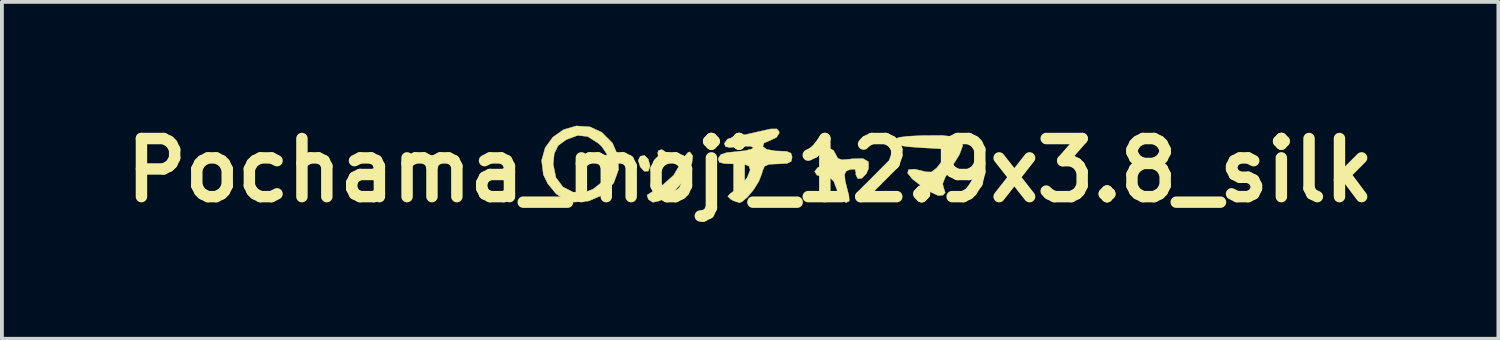
<source format=kicad_pcb>
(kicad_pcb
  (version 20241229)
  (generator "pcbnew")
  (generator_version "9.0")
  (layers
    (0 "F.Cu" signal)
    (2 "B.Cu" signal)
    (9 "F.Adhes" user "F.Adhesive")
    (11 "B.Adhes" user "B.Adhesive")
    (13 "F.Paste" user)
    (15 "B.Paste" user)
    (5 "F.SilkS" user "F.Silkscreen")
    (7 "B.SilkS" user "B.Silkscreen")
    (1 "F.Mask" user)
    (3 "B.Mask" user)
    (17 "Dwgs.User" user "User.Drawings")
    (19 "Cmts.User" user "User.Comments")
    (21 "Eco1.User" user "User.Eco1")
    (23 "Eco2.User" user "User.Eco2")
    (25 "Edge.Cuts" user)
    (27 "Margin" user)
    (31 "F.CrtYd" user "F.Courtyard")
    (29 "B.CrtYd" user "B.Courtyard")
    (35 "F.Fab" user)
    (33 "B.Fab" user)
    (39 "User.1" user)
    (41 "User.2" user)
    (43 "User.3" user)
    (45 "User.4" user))
  (footprint "Pochama_moji_12.9x3.8_silk"
    (layer "F.Cu")
    (at 16.626 1.418)
    (property "Reference" "Pochama_moji_12.9x3.8_silk" (at 0 0 0) (layer "F.SilkS") (effects (font (size 1.524 1.524) (thickness 0.3))))
    (attr through_hole)
    (fp_poly (pts (xy -2.673 -0.295) (xy -2.626 -0.118) (xy -2.626 -0.111) (xy -2.672 0.02) (xy -2.778 0.023) (xy -2.882 -0.091) (xy -2.936 -0.264) (xy -2.883 -0.368) (xy -2.773 -0.393) (xy -2.673 -0.295)) (stroke (width 0.01) (type solid)) (fill yes) (layer "F.SilkS"))
    (fp_poly (pts (xy -2.204 -0.471) (xy -2.126 -0.343) (xy -2.117 -0.286) (xy -2.171 -0.185) (xy -2.287 -0.184) (xy -2.392 -0.278) (xy -2.404 -0.304) (xy -2.423 -0.465) (xy -2.406 -0.52) (xy -2.317 -0.546) (xy -2.204 -0.471)) (stroke (width 0.01) (type solid)) (fill yes) (layer "F.SilkS"))
    (fp_poly (pts (xy -1.507 -0.381) (xy -1.526 -0.191) (xy -1.621 0.05) (xy -1.774 0.302) (xy -1.968 0.527) (xy -2.106 0.64) (xy -2.375 0.799) (xy -2.552 0.839) (xy -2.663 0.767) (xy -2.67 0.756) (xy -2.704 0.658) (xy -2.697 0.644) (xy -2.613 0.591) (xy -2.435 0.482) (xy -2.339 0.424) (xy -2.006 0.127) (xy -1.846 -0.146) (xy -1.731 -0.355) (xy -1.624 -0.473) (xy -1.581 -0.483) (xy -1.507 -0.381)) (stroke (width 0.01) (type solid)) (fill yes) (layer "F.SilkS"))
    (fp_poly (pts (xy 5.358 -0.88) (xy 5.533 -0.793) (xy 5.575 -0.644) (xy 5.492 -0.418) (xy 5.298 -0.105) (xy 5.286 -0.088) (xy 5.117 0.181) (xy 5.05 0.353) (xy 5.075 0.459) (xy 5.076 0.46) (xy 5.117 0.584) (xy 5.06 0.651) (xy 4.933 0.662) (xy 4.712 0.56) (xy 4.53 0.443) (xy 4.257 0.23) (xy 4.131 0.073) (xy 4.152 -0.018) (xy 4.315 -0.032) (xy 4.618 0.04) (xy 4.754 0.043) (xy 4.892 -0.062) (xy 5.022 -0.227) (xy 5.252 -0.55) (xy 4.51 -0.593) (xy 4.139 -0.62) (xy 3.91 -0.655) (xy 3.796 -0.703) (xy 3.768 -0.762) (xy 3.8 -0.824) (xy 3.914 -0.866) (xy 4.138 -0.894) (xy 4.501 -0.912) (xy 4.559 -0.913) (xy 5.037 -0.916) (xy 5.358 -0.88)) (stroke (width 0.01) (type solid)) (fill yes) (layer "F.SilkS"))
    (fp_poly (pts (xy -4.204 -1.141) (xy -3.895 -0.999) (xy -3.612 -0.718) (xy -3.465 -0.377) (xy -3.453 -0.015) (xy -3.578 0.33) (xy -3.838 0.619) (xy -3.886 0.653) (xy -4.24 0.806) (xy -4.622 0.833) (xy -4.826 0.787) (xy -5.084 0.621) (xy -5.308 0.351) (xy -5.423 0.115) (xy -5.457 -0.157) (xy -5.165 -0.157) (xy -5.096 0.187) (xy -4.911 0.437) (xy -4.645 0.572) (xy -4.33 0.573) (xy -4.122 0.494) (xy -3.867 0.295) (xy -3.746 0.022) (xy -3.728 -0.183) (xy -3.762 -0.434) (xy -3.896 -0.631) (xy -3.986 -0.712) (xy -4.261 -0.888) (xy -4.523 -0.916) (xy -4.82 -0.807) (xy -5.034 -0.653) (xy -5.139 -0.442) (xy -5.165 -0.157) (xy -5.457 -0.157) (xy -5.47 -0.257) (xy -5.377 -0.592) (xy -5.175 -0.87) (xy -4.893 -1.068) (xy -4.559 -1.165) (xy -4.204 -1.141)) (stroke (width 0.01) (type solid)) (fill yes) (layer "F.SilkS"))
    (fp_poly (pts (xy 2.187 -0.522) (xy 2.245 -0.419) (xy 2.3 -0.314) (xy 2.409 -0.277) (xy 2.623 -0.294) (xy 2.673 -0.302) (xy 2.96 -0.309) (xy 3.104 -0.225) (xy 3.106 -0.049) (xy 3.049 0.083) (xy 2.934 0.207) (xy 2.822 0.216) (xy 2.771 0.113) (xy 2.775 0.062) (xy 2.75 -0.031) (xy 2.618 -0.023) (xy 2.518 0.021) (xy 2.477 0.111) (xy 2.493 0.28) (xy 2.565 0.566) (xy 2.59 0.656) (xy 2.601 0.806) (xy 2.511 0.847) (xy 2.394 0.767) (xy 2.289 0.549) (xy 2.276 0.508) (xy 2.194 0.289) (xy 2.093 0.191) (xy 1.934 0.169) (xy 1.751 0.126) (xy 1.693 0.029) (xy 1.772 -0.073) (xy 1.866 -0.11) (xy 1.987 -0.179) (xy 1.995 -0.326) (xy 1.984 -0.374) (xy 1.968 -0.54) (xy 2.045 -0.592) (xy 2.059 -0.593) (xy 2.187 -0.522)) (stroke (width 0.01) (type solid)) (fill yes) (layer "F.SilkS"))
    (fp_poly (pts (xy 0.757 -1.025) (xy 0.762 -0.975) (xy 0.69 -0.863) (xy 0.55 -0.797) (xy 0.365 -0.717) (xy 0.332 -0.626) (xy 0.436 -0.549) (xy 0.663 -0.509) (xy 0.72 -0.508) (xy 0.958 -0.497) (xy 1.07 -0.451) (xy 1.101 -0.351) (xy 1.101 -0.339) (xy 1.075 -0.232) (xy 0.969 -0.182) (xy 0.739 -0.169) (xy 0.73 -0.169) (xy 0.496 -0.159) (xy 0.378 -0.106) (xy 0.323 0.018) (xy 0.311 0.073) (xy 0.231 0.282) (xy 0.088 0.512) (xy -0.079 0.712) (xy -0.23 0.831) (xy -0.283 0.845) (xy -0.434 0.8) (xy -0.508 0.759) (xy -0.587 0.681) (xy -0.52 0.607) (xy -0.486 0.586) (xy -0.255 0.407) (xy -0.079 0.193) (xy -0.001 -0.001) (xy 0 -0.016) (xy -0.028 -0.108) (xy -0.137 -0.155) (xy -0.367 -0.169) (xy -0.43 -0.169) (xy -0.684 -0.178) (xy -0.807 -0.213) (xy -0.835 -0.288) (xy -0.831 -0.318) (xy -0.772 -0.412) (xy -0.614 -0.466) (xy -0.359 -0.491) (xy -0.111 -0.519) (xy 0.05 -0.563) (xy 0.085 -0.595) (xy 0.01 -0.633) (xy -0.184 -0.634) (xy -0.296 -0.622) (xy -0.535 -0.599) (xy -0.648 -0.624) (xy -0.677 -0.704) (xy -0.595 -0.82) (xy -0.36 -0.893) (xy -0.051 -0.953) (xy 0.251 -1.022) (xy 0.254 -1.023) (xy 0.538 -1.086) (xy 0.695 -1.087) (xy 0.757 -1.025)) (stroke (width 0.01) (type solid)) (fill yes) (layer "F.SilkS")))
  (gr_rect
    (start -3 -3)
    (end 36.252 5.836)
    (stroke (width 0.1) (type default))
    (fill no)
    (layer "Edge.Cuts")))
</source>
